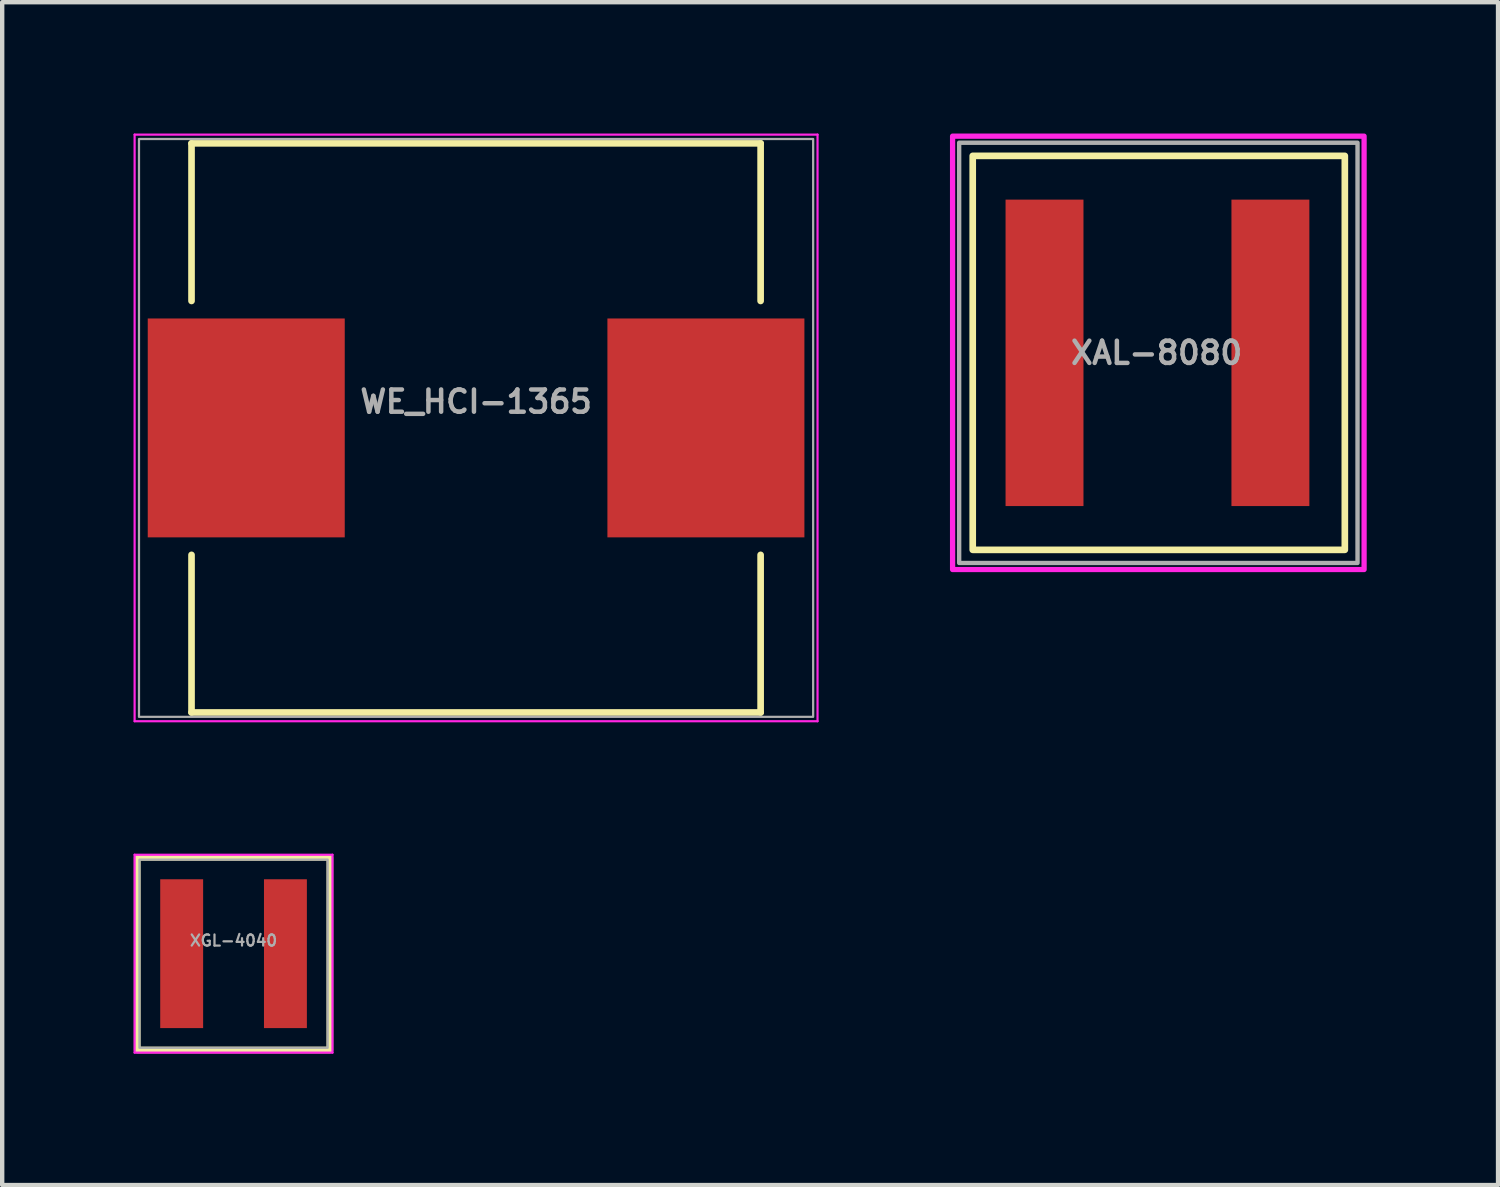
<source format=kicad_pcb>
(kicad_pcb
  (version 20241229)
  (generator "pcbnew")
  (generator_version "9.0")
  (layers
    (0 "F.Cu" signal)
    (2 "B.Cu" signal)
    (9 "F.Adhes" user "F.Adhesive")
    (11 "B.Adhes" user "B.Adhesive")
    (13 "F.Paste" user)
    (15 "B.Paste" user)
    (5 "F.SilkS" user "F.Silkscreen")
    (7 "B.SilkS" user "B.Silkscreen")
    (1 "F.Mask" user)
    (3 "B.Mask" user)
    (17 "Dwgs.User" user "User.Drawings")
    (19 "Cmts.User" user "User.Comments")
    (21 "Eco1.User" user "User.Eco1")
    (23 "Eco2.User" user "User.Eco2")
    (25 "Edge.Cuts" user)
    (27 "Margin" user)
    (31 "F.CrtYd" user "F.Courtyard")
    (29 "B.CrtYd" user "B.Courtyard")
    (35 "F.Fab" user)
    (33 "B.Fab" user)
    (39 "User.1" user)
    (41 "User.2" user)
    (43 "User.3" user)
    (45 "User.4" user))
  (footprint "WE_HCI-1365"
    (layer "F.Cu")
    (at 7.825 6.725)
    (property "Reference" "WE_HCI-1365" (at 0 -0.6 0) (layer "F.Fab") (effects (font (size 0.508 0.508) (thickness 0.102))))
    (attr smd)
    (fp_line (start -6.5 -6.5) (end 6.5 -6.5) (stroke (width 0.152) (type solid)) (layer "F.SilkS"))
    (fp_line (start -6.5 -2.9) (end -6.5 -6.5) (stroke (width 0.152) (type solid)) (layer "F.SilkS"))
    (fp_line (start -6.5 2.9) (end -6.5 6.5) (stroke (width 0.152) (type solid)) (layer "F.SilkS"))
    (fp_line (start -6.5 6.5) (end 6.5 6.5) (stroke (width 0.152) (type solid)) (layer "F.SilkS"))
    (fp_line (start 6.5 -6.5) (end 6.5 -2.9) (stroke (width 0.152) (type solid)) (layer "F.SilkS"))
    (fp_line (start 6.5 6.5) (end 6.5 2.9) (stroke (width 0.152) (type solid)) (layer "F.SilkS"))
    (fp_line (start -7.8 -6.7) (end -7.8 6.7) (stroke (width 0.05) (type solid)) (layer "F.CrtYd"))
    (fp_line (start -7.8 6.7) (end 7.8 6.7) (stroke (width 0.05) (type solid)) (layer "F.CrtYd"))
    (fp_line (start 7.8 -6.7) (end -7.8 -6.7) (stroke (width 0.05) (type solid)) (layer "F.CrtYd"))
    (fp_line (start 7.8 6.7) (end 7.8 -6.7) (stroke (width 0.05) (type solid)) (layer "F.CrtYd"))
    (fp_rect (start 7.7 6.6) (end -7.7 -6.6) (stroke (width 0.051) (type solid)) (fill no) (layer "F.Fab"))
    (pad "1" smd rect (at -5.25 0) (size 4.5 5) (layers "F.Cu" "F.Mask" "F.Paste"))
    (pad "2" smd rect (at 5.25 0) (size 4.5 5) (layers "F.Cu" "F.Mask" "F.Paste")))
  (footprint "XGL-4040"
    (layer "F.Cu")
    (at 2.285 18.735)
    (property "Reference" "XGL-4040" (at 0 -0.3 0) (layer "F.Fab") (effects (font (size 0.254 0.254) (thickness 0.051))))
    (attr smd)
    (fp_rect (start -2.2 -2.2) (end 2.2 2.2) (stroke (width 0.152) (type solid)) (fill no) (layer "F.SilkS"))
    (fp_line (start -2.26 -2.26) (end 2.26 -2.26) (stroke (width 0.05) (type solid)) (layer "F.CrtYd"))
    (fp_line (start -2.26 2.26) (end -2.26 -2.26) (stroke (width 0.05) (type solid)) (layer "F.CrtYd"))
    (fp_line (start 2.26 -2.26) (end 2.26 2.26) (stroke (width 0.05) (type solid)) (layer "F.CrtYd"))
    (fp_line (start 2.26 2.26) (end -2.26 2.26) (stroke (width 0.05) (type solid)) (layer "F.CrtYd"))
    (fp_rect (start 2.15 2.15) (end -2.15 -2.15) (stroke (width 0.051) (type solid)) (fill no) (layer "F.Fab"))
    (pad "1" smd rect (at -1.185 0) (size 0.98 3.4) (layers "F.Cu" "F.Mask" "F.Paste"))
    (pad "2" smd rect (at 1.185 0) (size 0.98 3.4) (layers "F.Cu" "F.Mask" "F.Paste")))
  (footprint "XAL-8080"
    (layer "F.Cu")
    (at 23.37 5.01)
    (property "Reference" "XAL-8080" (at 0 0 0) (layer "F.Fab") (effects (font (size 0.508 0.508) (thickness 0.102))))
    (attr smd)
    (fp_rect (start -4.2 -4.5) (end 4.3 4.5) (stroke (width 0.152) (type solid)) (fill no) (layer "F.SilkS"))
    (fp_rect (start -4.66 -4.95) (end 4.74 4.95) (stroke (width 0.12) (type solid)) (fill no) (layer "F.CrtYd"))
    (fp_rect (start -4.51 -4.8) (end 4.59 4.8) (stroke (width 0.1) (type solid)) (fill no) (layer "F.Fab"))
    (pad "1" smd rect (at -2.56 0) (size 1.78 7) (layers "F.Cu" "F.Mask" "F.Paste"))
    (pad "2" smd rect (at 2.6 0) (size 1.78 7) (layers "F.Cu" "F.Mask" "F.Paste")))
  (gr_rect
    (start -3 -3)
    (end 31.17 24.02)
    (stroke (width 0.1) (type default))
    (fill no)
    (layer "Edge.Cuts")))
</source>
